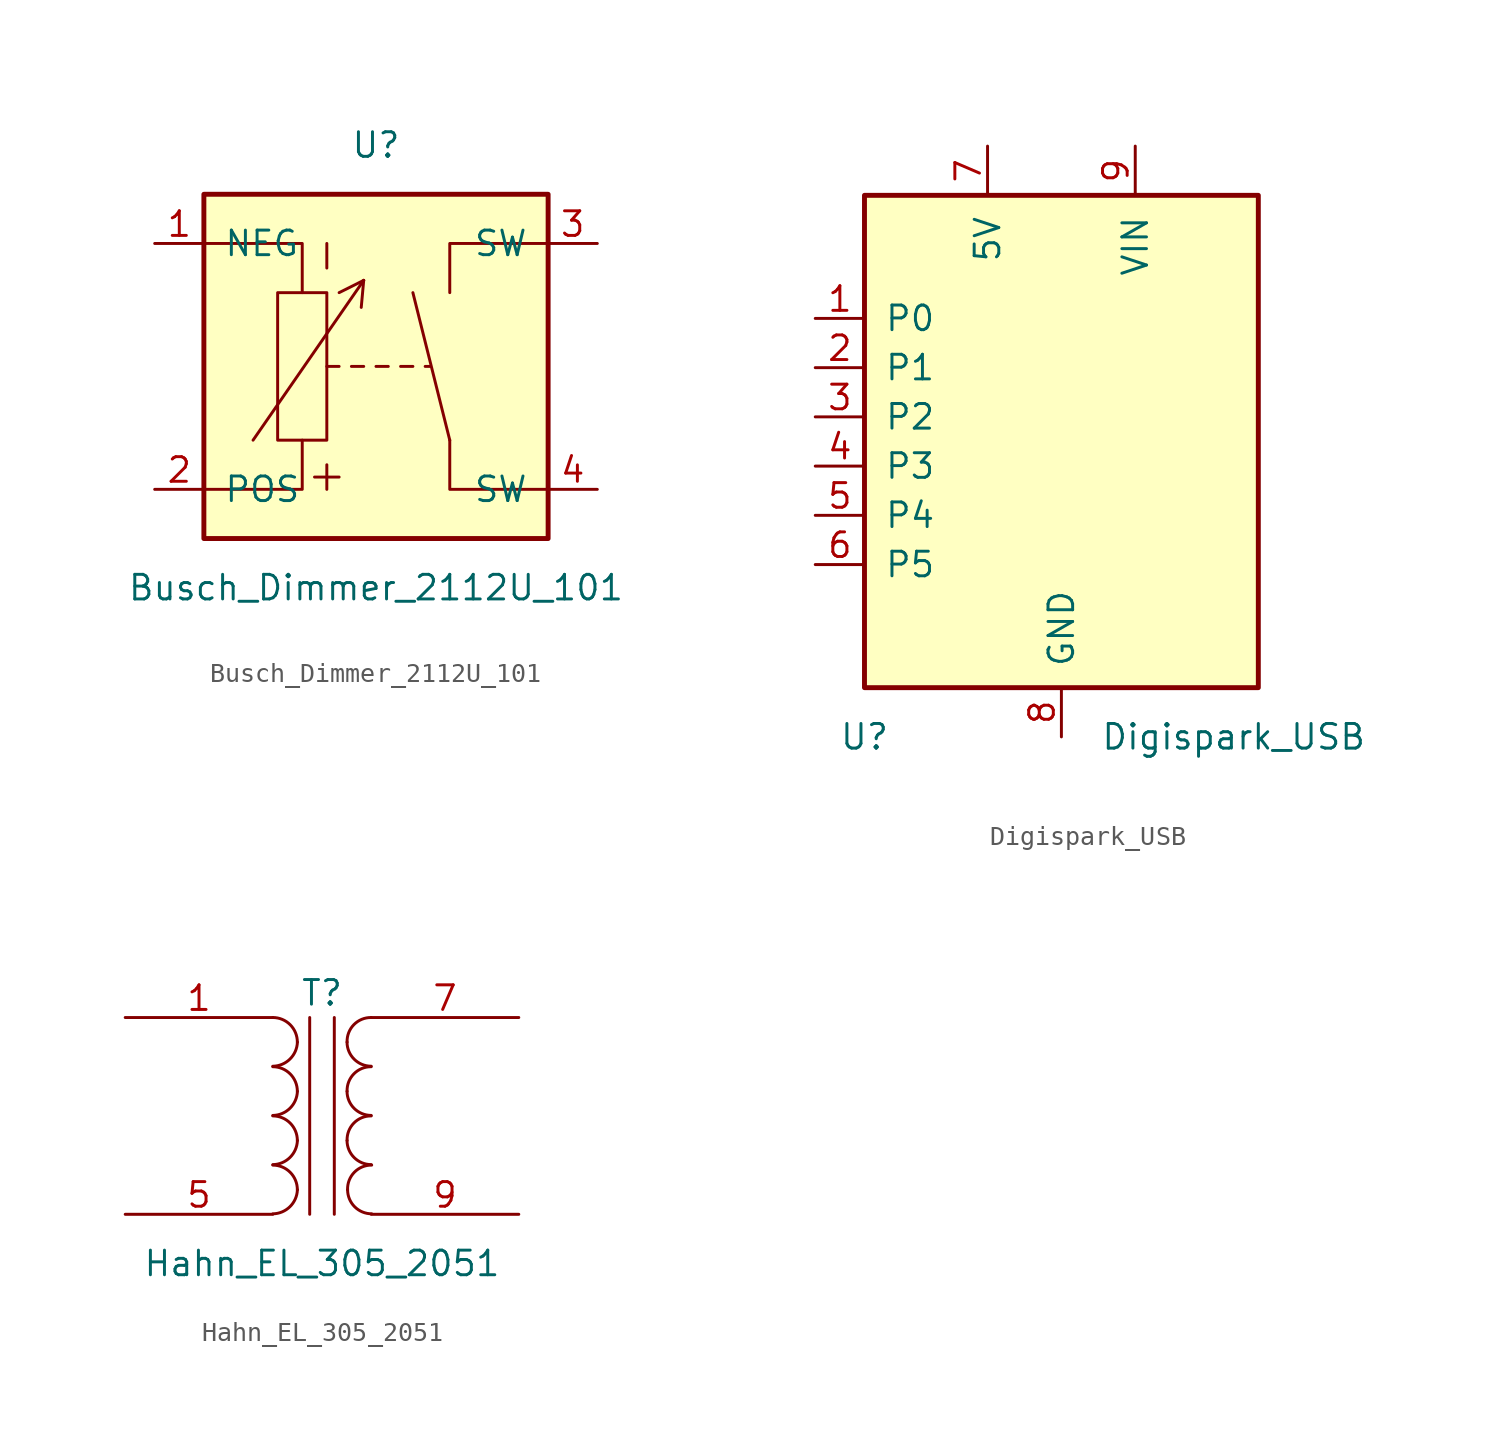
<source format=kicad_sym>
(kicad_symbol_lib
  (version 20211014)
  (generator kicad_symbol_editor)
  (symbol "Busch_Dimmer_2112U_101"
    (pin_names
      (offset 1.016))
    (property "Reference" "U"
      (at 0 11.43 0)
      (effects (font (size 1.27 1.27))))
    (property "Value" "Busch_Dimmer_2112U_101"
      (at 0 -11.43 0)
      (effects (font (size 1.27 1.27))))
    (symbol "Busch_Dimmer_2112U_101_0_1"
      (rectangle (start -8.89 8.89) (end 8.89 -8.89) (stroke (width 0.254) (type default) (color 0 0 0 0)) (fill (type background)))
      (rectangle (start -5.08 3.81) (end -2.54 -3.81) (stroke (width 0) (type default) (color 0 0 0 0)) (fill (type none)))
      (polyline (pts (xy -3.175 -5.715) (xy -1.905 -5.715)) (stroke (width 0) (type default) (color 0 0 0 0)) (fill (type none)))
      (polyline (pts (xy -2.54 -5.08) (xy -2.54 -6.35)) (stroke (width 0) (type default) (color 0 0 0 0)) (fill (type none)))
      (polyline (pts (xy -2.54 0) (xy -1.905 0)) (stroke (width 0) (type default) (color 0 0 0 0)) (fill (type none)))
      (polyline (pts (xy -2.54 5.08) (xy -2.54 6.35)) (stroke (width 0) (type default) (color 0 0 0 0)) (fill (type none)))
      (polyline (pts (xy -1.27 0) (xy -0.635 0)) (stroke (width 0) (type default) (color 0 0 0 0)) (fill (type none)))
      (polyline (pts (xy -0.635 4.445) (xy -6.35 -3.81)) (stroke (width 0) (type default) (color 0 0 0 0)) (fill (type none)))
      (polyline (pts (xy -0.635 4.445) (xy -1.905 3.81)) (stroke (width 0) (type default) (color 0 0 0 0)) (fill (type none)))
      (polyline (pts (xy -0.635 4.445) (xy -0.762 3.048)) (stroke (width 0) (type default) (color 0 0 0 0)) (fill (type none)))
      (polyline (pts (xy 0 0) (xy 0.635 0)) (stroke (width 0) (type default) (color 0 0 0 0)) (fill (type none)))
      (polyline (pts (xy 1.27 0) (xy 1.905 0)) (stroke (width 0) (type default) (color 0 0 0 0)) (fill (type none)))
      (polyline (pts (xy 1.905 3.81) (xy 3.81 -3.81)) (stroke (width 0) (type default) (color 0 0 0 0)) (fill (type none)))
      (polyline (pts (xy 2.54 0) (xy 2.794 0)) (stroke (width 0) (type default) (color 0 0 0 0)) (fill (type none)))
      (polyline (pts (xy -3.81 -3.81) (xy -3.81 -6.35) (xy -8.89 -6.35)) (stroke (width 0) (type default) (color 0 0 0 0)) (fill (type none)))
      (polyline (pts (xy -3.81 3.81) (xy -3.81 6.35) (xy -8.89 6.35)) (stroke (width 0) (type default) (color 0 0 0 0)) (fill (type none)))
      (polyline (pts (xy 3.81 -3.81) (xy 3.81 -6.35) (xy 8.89 -6.35)) (stroke (width 0) (type default) (color 0 0 0 0)) (fill (type none)))
      (polyline (pts (xy 8.89 6.35) (xy 3.81 6.35) (xy 3.81 3.81)) (stroke (width 0) (type default) (color 0 0 0 0)) (fill (type none))))
    (symbol "Busch_Dimmer_2112U_101_1_1"
      (pin input line (at -11.43 6.35 0) (length 2.54) (name "NEG" (effects (font (size 1.27 1.27)))) (number "1" (effects (font (size 1.27 1.27)))))
      (pin input line (at -11.43 -6.35 0) (length 2.54) (name "POS" (effects (font (size 1.27 1.27)))) (number "2" (effects (font (size 1.27 1.27)))))
      (pin input line (at 11.43 6.35 180) (length 2.54) (name "SW" (effects (font (size 1.27 1.27)))) (number "3" (effects (font (size 1.27 1.27)))))
      (pin input line (at 11.43 -6.35 180) (length 2.54) (name "SW" (effects (font (size 1.27 1.27)))) (number "4" (effects (font (size 1.27 1.27)))))))
  (symbol "Digispark_USB"
    (pin_names
      (offset 1.016))
    (property "Reference" "U"
      (at -10.16 -15.24 0)
      (effects (font (size 1.27 1.27))))
    (property "Value" "Digispark_USB"
      (at 8.89 -15.24 0)
      (effects (font (size 1.27 1.27))))
    (symbol "Digispark_USB_0_1"
      (rectangle (start -10.16 12.7) (end 10.16 -12.7) (stroke (width 0.254) (type default) (color 0 0 0 0)) (fill (type background))))
    (symbol "Digispark_USB_1_1"
      (pin tri_state line (at -12.7 6.35 0) (length 2.54) (name "P0" (effects (font (size 1.27 1.27)))) (number "1" (effects (font (size 1.27 1.27)))))
      (pin tri_state line (at -12.7 3.81 0) (length 2.54) (name "P1" (effects (font (size 1.27 1.27)))) (number "2" (effects (font (size 1.27 1.27)))))
      (pin tri_state line (at -12.7 1.27 0) (length 2.54) (name "P2" (effects (font (size 1.27 1.27)))) (number "3" (effects (font (size 1.27 1.27)))))
      (pin tri_state line (at -12.7 -1.27 0) (length 2.54) (name "P3" (effects (font (size 1.27 1.27)))) (number "4" (effects (font (size 1.27 1.27)))))
      (pin tri_state line (at -12.7 -3.81 0) (length 2.54) (name "P4" (effects (font (size 1.27 1.27)))) (number "5" (effects (font (size 1.27 1.27)))))
      (pin tri_state line (at -12.7 -6.35 0) (length 2.54) (name "P5" (effects (font (size 1.27 1.27)))) (number "6" (effects (font (size 1.27 1.27)))))
      (pin bidirectional line (at -3.81 15.24 270) (length 2.54) (name "5V" (effects (font (size 1.27 1.27)))) (number "7" (effects (font (size 1.27 1.27)))))
      (pin input line (at 0 -15.24 90) (length 2.54) (name "GND" (effects (font (size 1.27 1.27)))) (number "8" (effects (font (size 1.27 1.27)))))
      (pin input line (at 3.81 15.24 270) (length 2.54) (name "VIN" (effects (font (size 1.27 1.27)))) (number "9" (effects (font (size 1.27 1.27)))))))
  (symbol "Hahn_EL_305_2051"
    (pin_names
      (offset 1.016) hide)
    (property "Reference" "T"
      (at 0 6.35 0)
      (effects (font (size 1.27 1.27))))
    (property "Value" "Hahn_EL_305_2051"
      (at 0 -7.62 0)
      (effects (font (size 1.27 1.27))))
    (symbol "Hahn_EL_305_2051_0_1"
      (arc (start -2.54 -5.0546) (mid -1.6599 -4.6901) (end -1.27 -3.81) (stroke (width 0) (type default) (color 0 0 0 0)) (fill (type none)))
      (arc (start -2.54 -2.5146) (mid -1.6599 -2.1501) (end -1.27 -1.27) (stroke (width 0) (type default) (color 0 0 0 0)) (fill (type none)))
      (arc (start -2.54 0.0254) (mid -1.6599 0.3899) (end -1.27 1.27) (stroke (width 0) (type default) (color 0 0 0 0)) (fill (type none)))
      (arc (start -2.54 2.5654) (mid -1.6599 2.9299) (end -1.27 3.81) (stroke (width 0) (type default) (color 0 0 0 0)) (fill (type none)))
      (arc (start -1.27 -3.81) (mid -1.642 -2.912) (end -2.54 -2.54) (stroke (width 0) (type default) (color 0 0 0 0)) (fill (type none)))
      (arc (start -1.27 -1.27) (mid -1.642 -0.372) (end -2.54 0) (stroke (width 0) (type default) (color 0 0 0 0)) (fill (type none)))
      (arc (start -1.27 1.27) (mid -1.642 2.168) (end -2.54 2.54) (stroke (width 0) (type default) (color 0 0 0 0)) (fill (type none)))
      (arc (start -1.27 3.81) (mid -1.642 4.708) (end -2.54 5.08) (stroke (width 0) (type default) (color 0 0 0 0)) (fill (type none)))
      (polyline (pts (xy -0.635 5.08) (xy -0.635 -5.08)) (stroke (width 0) (type default) (color 0 0 0 0)) (fill (type none)))
      (polyline (pts (xy 0.635 -5.08) (xy 0.635 5.08)) (stroke (width 0) (type default) (color 0 0 0 0)) (fill (type none)))
      (arc (start 1.2954 -1.27) (mid 1.6599 -2.1501) (end 2.54 -2.5146) (stroke (width 0) (type default) (color 0 0 0 0)) (fill (type none)))
      (arc (start 1.2954 1.27) (mid 1.6599 0.3899) (end 2.54 0.0254) (stroke (width 0) (type default) (color 0 0 0 0)) (fill (type none)))
      (arc (start 1.2954 3.81) (mid 1.6599 2.9299) (end 2.54 2.5654) (stroke (width 0) (type default) (color 0 0 0 0)) (fill (type none)))
      (arc (start 1.3208 -3.81) (mid 1.6853 -4.6901) (end 2.5654 -5.0546) (stroke (width 0) (type default) (color 0 0 0 0)) (fill (type none)))
      (arc (start 2.54 0) (mid 1.642 -0.372) (end 1.2954 -1.27) (stroke (width 0) (type default) (color 0 0 0 0)) (fill (type none)))
      (arc (start 2.54 2.54) (mid 1.642 2.168) (end 1.2954 1.27) (stroke (width 0) (type default) (color 0 0 0 0)) (fill (type none)))
      (arc (start 2.54 5.08) (mid 1.642 4.708) (end 1.2954 3.81) (stroke (width 0) (type default) (color 0 0 0 0)) (fill (type none)))
      (arc (start 2.5654 -2.54) (mid 1.6674 -2.912) (end 1.3208 -3.81) (stroke (width 0) (type default) (color 0 0 0 0)) (fill (type none))))
    (symbol "Hahn_EL_305_2051_1_1"
      (pin passive line (at -10.16 5.08 0) (length 7.62) (name "AA" (effects (font (size 1.27 1.27)))) (number "1" (effects (font (size 1.27 1.27)))))
      (pin passive line (at -10.16 -5.08 0) (length 7.62) (name "AB" (effects (font (size 1.27 1.27)))) (number "5" (effects (font (size 1.27 1.27)))))
      (pin passive line (at 10.16 5.08 180) (length 7.62) (name "SB" (effects (font (size 1.27 1.27)))) (number "7" (effects (font (size 1.27 1.27)))))
      (pin passive line (at 10.16 -5.08 180) (length 7.62) (name "SA" (effects (font (size 1.27 1.27)))) (number "9" (effects (font (size 1.27 1.27))))))))
</source>
